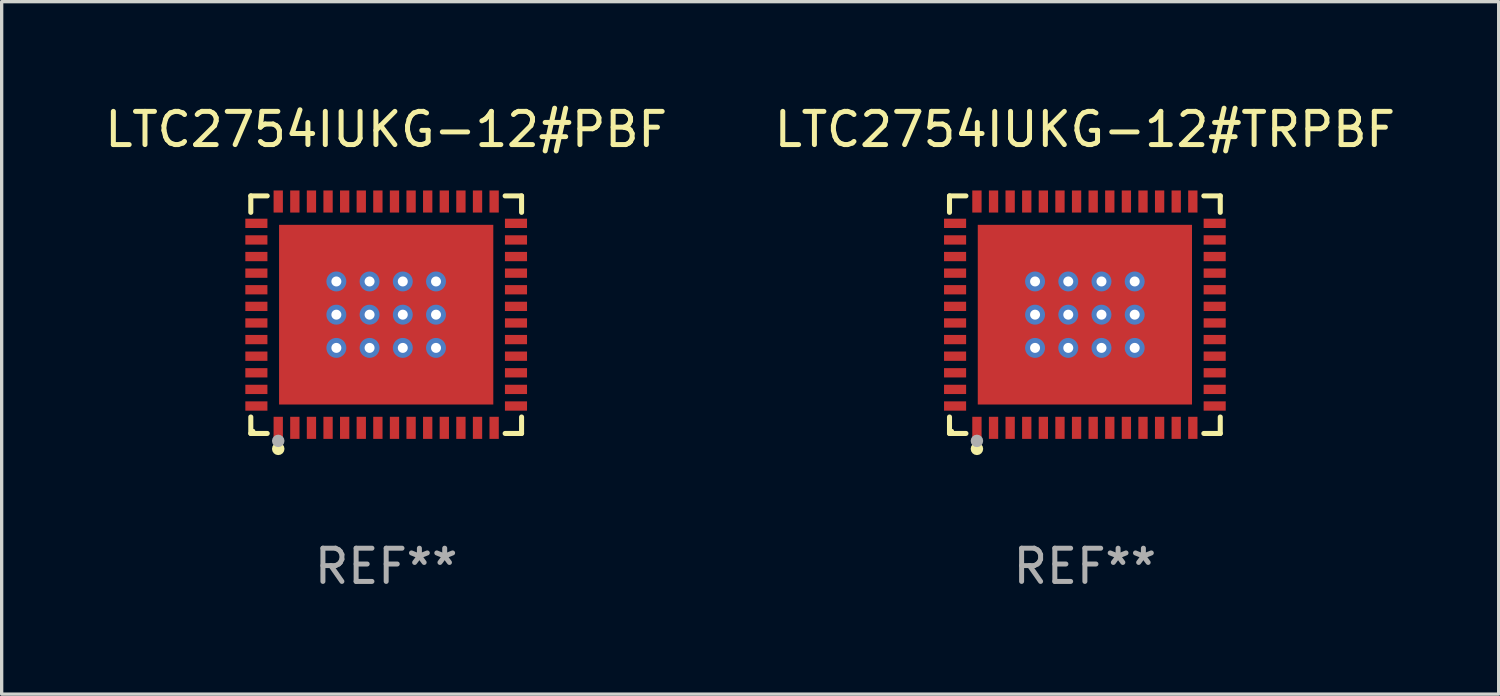
<source format=kicad_pcb>
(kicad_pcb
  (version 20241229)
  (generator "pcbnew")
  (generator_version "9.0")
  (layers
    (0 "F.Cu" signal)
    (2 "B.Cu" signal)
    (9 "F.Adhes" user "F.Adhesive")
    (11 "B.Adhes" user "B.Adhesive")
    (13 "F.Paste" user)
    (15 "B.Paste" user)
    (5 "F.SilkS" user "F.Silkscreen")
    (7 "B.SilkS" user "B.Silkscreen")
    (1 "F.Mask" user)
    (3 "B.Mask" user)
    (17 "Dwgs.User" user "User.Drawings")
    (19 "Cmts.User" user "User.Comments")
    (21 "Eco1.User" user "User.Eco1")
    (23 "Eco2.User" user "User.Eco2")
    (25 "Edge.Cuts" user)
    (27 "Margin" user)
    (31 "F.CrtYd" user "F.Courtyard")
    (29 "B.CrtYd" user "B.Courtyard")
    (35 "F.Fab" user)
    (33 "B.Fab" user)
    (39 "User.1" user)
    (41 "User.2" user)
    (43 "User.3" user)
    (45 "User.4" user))
  (footprint "LTC2754IUKG-12#TRPBF"
    (layer "F.Cu")
    (at 29.613 6.424)
    (property "Reference" "LTC2754IUKG-12#TRPBF" (at 0 -5.576 0) (layer "F.SilkS") (effects (font (size 1 1) (thickness 0.15))))
    (attr through_hole)
    (fp_line (start -4.076 -3.576) (end -3.581 -3.576) (stroke (width 0.152) (type solid)) (layer "F.SilkS"))
    (fp_line (start -4.076 -3.081) (end -4.076 -3.576) (stroke (width 0.152) (type solid)) (layer "F.SilkS"))
    (fp_line (start -4.076 3.081) (end -4.076 3.576) (stroke (width 0.152) (type solid)) (layer "F.SilkS"))
    (fp_line (start -4.076 3.576) (end -3.581 3.576) (stroke (width 0.152) (type solid)) (layer "F.SilkS"))
    (fp_line (start 4.076 -3.576) (end 3.581 -3.576) (stroke (width 0.152) (type solid)) (layer "F.SilkS"))
    (fp_line (start 4.076 -3.081) (end 4.076 -3.576) (stroke (width 0.152) (type solid)) (layer "F.SilkS"))
    (fp_line (start 4.076 3.081) (end 4.076 3.576) (stroke (width 0.152) (type solid)) (layer "F.SilkS"))
    (fp_line (start 4.076 3.576) (end 3.581 3.576) (stroke (width 0.152) (type solid)) (layer "F.SilkS"))
    (fp_circle (center -4 3.5) (end -3.97 3.5) (stroke (width 0.06) (type solid)) (fill no) (layer "F.SilkS"))
    (fp_circle (center -3.25 4.04) (end -3.156 4.04) (stroke (width 0.188) (type solid)) (fill no) (layer "F.SilkS"))
    (fp_circle (center -3.25 3.8) (end -3.156 3.8) (stroke (width 0.188) (type solid)) (fill no) (layer "F.Fab"))
    (fp_text user "REF**" (at 0 7.576 0) (layer "F.Fab") (effects (font (size 1 1) (thickness 0.15))))
    (pad "1" smd rect (at -3.25 3.407) (size 0.28 0.665) (layers "F.Cu" "F.Mask" "F.Paste"))
    (pad "2" smd rect (at -2.75 3.407) (size 0.28 0.665) (layers "F.Cu" "F.Mask" "F.Paste"))
    (pad "3" smd rect (at -2.25 3.407) (size 0.28 0.665) (layers "F.Cu" "F.Mask" "F.Paste"))
    (pad "4" smd rect (at -1.75 3.407) (size 0.28 0.665) (layers "F.Cu" "F.Mask" "F.Paste"))
    (pad "5" smd rect (at -1.25 3.407) (size 0.28 0.665) (layers "F.Cu" "F.Mask" "F.Paste"))
    (pad "6" smd rect (at -0.75 3.407) (size 0.28 0.665) (layers "F.Cu" "F.Mask" "F.Paste"))
    (pad "7" smd rect (at -0.25 3.407) (size 0.28 0.665) (layers "F.Cu" "F.Mask" "F.Paste"))
    (pad "8" smd rect (at 0.25 3.407) (size 0.28 0.665) (layers "F.Cu" "F.Mask" "F.Paste"))
    (pad "9" smd rect (at 0.75 3.407) (size 0.28 0.665) (layers "F.Cu" "F.Mask" "F.Paste"))
    (pad "10" smd rect (at 1.25 3.407) (size 0.28 0.665) (layers "F.Cu" "F.Mask" "F.Paste"))
    (pad "11" smd rect (at 1.75 3.407) (size 0.28 0.665) (layers "F.Cu" "F.Mask" "F.Paste"))
    (pad "12" smd rect (at 2.25 3.407) (size 0.28 0.665) (layers "F.Cu" "F.Mask" "F.Paste"))
    (pad "13" smd rect (at 2.75 3.407) (size 0.28 0.665) (layers "F.Cu" "F.Mask" "F.Paste"))
    (pad "14" smd rect (at 3.25 3.407) (size 0.28 0.665) (layers "F.Cu" "F.Mask" "F.Paste"))
    (pad "15" smd rect (at 3.908 2.75) (size 0.665 0.28) (layers "F.Cu" "F.Mask" "F.Paste"))
    (pad "16" smd rect (at 3.908 2.25) (size 0.665 0.28) (layers "F.Cu" "F.Mask" "F.Paste"))
    (pad "17" smd rect (at 3.908 1.75) (size 0.665 0.28) (layers "F.Cu" "F.Mask" "F.Paste"))
    (pad "18" smd rect (at 3.908 1.25) (size 0.665 0.28) (layers "F.Cu" "F.Mask" "F.Paste"))
    (pad "19" smd rect (at 3.908 0.75) (size 0.665 0.28) (layers "F.Cu" "F.Mask" "F.Paste"))
    (pad "20" smd rect (at 3.908 0.25) (size 0.665 0.28) (layers "F.Cu" "F.Mask" "F.Paste"))
    (pad "21" smd rect (at 3.908 -0.25) (size 0.665 0.28) (layers "F.Cu" "F.Mask" "F.Paste"))
    (pad "22" smd rect (at 3.908 -0.75) (size 0.665 0.28) (layers "F.Cu" "F.Mask" "F.Paste"))
    (pad "23" smd rect (at 3.908 -1.25) (size 0.665 0.28) (layers "F.Cu" "F.Mask" "F.Paste"))
    (pad "24" smd rect (at 3.908 -1.75) (size 0.665 0.28) (layers "F.Cu" "F.Mask" "F.Paste"))
    (pad "25" smd rect (at 3.908 -2.25) (size 0.665 0.28) (layers "F.Cu" "F.Mask" "F.Paste"))
    (pad "26" smd rect (at 3.908 -2.75) (size 0.665 0.28) (layers "F.Cu" "F.Mask" "F.Paste"))
    (pad "27" smd rect (at 3.25 -3.407) (size 0.28 0.665) (layers "F.Cu" "F.Mask" "F.Paste"))
    (pad "28" smd rect (at 2.75 -3.407) (size 0.28 0.665) (layers "F.Cu" "F.Mask" "F.Paste"))
    (pad "29" smd rect (at 2.25 -3.407) (size 0.28 0.665) (layers "F.Cu" "F.Mask" "F.Paste"))
    (pad "30" smd rect (at 1.75 -3.407) (size 0.28 0.665) (layers "F.Cu" "F.Mask" "F.Paste"))
    (pad "31" smd rect (at 1.25 -3.407) (size 0.28 0.665) (layers "F.Cu" "F.Mask" "F.Paste"))
    (pad "32" smd rect (at 0.75 -3.407) (size 0.28 0.665) (layers "F.Cu" "F.Mask" "F.Paste"))
    (pad "33" smd rect (at 0.25 -3.407) (size 0.28 0.665) (layers "F.Cu" "F.Mask" "F.Paste"))
    (pad "34" smd rect (at -0.25 -3.407) (size 0.28 0.665) (layers "F.Cu" "F.Mask" "F.Paste"))
    (pad "35" smd rect (at -0.75 -3.407) (size 0.28 0.665) (layers "F.Cu" "F.Mask" "F.Paste"))
    (pad "36" smd rect (at -1.25 -3.407) (size 0.28 0.665) (layers "F.Cu" "F.Mask" "F.Paste"))
    (pad "37" smd rect (at -1.75 -3.407) (size 0.28 0.665) (layers "F.Cu" "F.Mask" "F.Paste"))
    (pad "38" smd rect (at -2.25 -3.407) (size 0.28 0.665) (layers "F.Cu" "F.Mask" "F.Paste"))
    (pad "39" smd rect (at -2.75 -3.407) (size 0.28 0.665) (layers "F.Cu" "F.Mask" "F.Paste"))
    (pad "40" smd rect (at -3.25 -3.407) (size 0.28 0.665) (layers "F.Cu" "F.Mask" "F.Paste"))
    (pad "41" smd rect (at -3.908 -2.75) (size 0.665 0.28) (layers "F.Cu" "F.Mask" "F.Paste"))
    (pad "42" smd rect (at -3.908 -2.25) (size 0.665 0.28) (layers "F.Cu" "F.Mask" "F.Paste"))
    (pad "43" smd rect (at -3.908 -1.75) (size 0.665 0.28) (layers "F.Cu" "F.Mask" "F.Paste"))
    (pad "44" smd rect (at -3.908 -1.25) (size 0.665 0.28) (layers "F.Cu" "F.Mask" "F.Paste"))
    (pad "45" smd rect (at -3.908 -0.75) (size 0.665 0.28) (layers "F.Cu" "F.Mask" "F.Paste"))
    (pad "46" smd rect (at -3.908 -0.25) (size 0.665 0.28) (layers "F.Cu" "F.Mask" "F.Paste"))
    (pad "47" smd rect (at -3.908 0.25) (size 0.665 0.28) (layers "F.Cu" "F.Mask" "F.Paste"))
    (pad "48" smd rect (at -3.908 0.75) (size 0.665 0.28) (layers "F.Cu" "F.Mask" "F.Paste"))
    (pad "49" smd rect (at -3.908 1.25) (size 0.665 0.28) (layers "F.Cu" "F.Mask" "F.Paste"))
    (pad "50" smd rect (at -3.908 1.75) (size 0.665 0.28) (layers "F.Cu" "F.Mask" "F.Paste"))
    (pad "51" smd rect (at -3.908 2.25) (size 0.665 0.28) (layers "F.Cu" "F.Mask" "F.Paste"))
    (pad "52" smd rect (at -3.908 2.75) (size 0.665 0.28) (layers "F.Cu" "F.Mask" "F.Paste"))
    (pad "53" thru_hole circle (at -1.5 -1) (size 0.6 0.6) (drill 0.3) (layers "*.Cu" "*.Mask"))
    (pad "53" thru_hole circle (at -1.5 0) (size 0.6 0.6) (drill 0.3) (layers "*.Cu" "*.Mask"))
    (pad "53" thru_hole circle (at -1.5 1) (size 0.6 0.6) (drill 0.3) (layers "*.Cu" "*.Mask"))
    (pad "53" thru_hole circle (at -0.5 -1) (size 0.6 0.6) (drill 0.3) (layers "*.Cu" "*.Mask"))
    (pad "53" thru_hole circle (at -0.5 0) (size 0.6 0.6) (drill 0.3) (layers "*.Cu" "*.Mask"))
    (pad "53" thru_hole circle (at -0.5 1) (size 0.6 0.6) (drill 0.3) (layers "*.Cu" "*.Mask"))
    (pad "53" smd rect (at 0 0) (size 6.45 5.41) (layers "F.Cu" "F.Mask" "F.Paste"))
    (pad "53" thru_hole circle (at 0.5 -1) (size 0.6 0.6) (drill 0.3) (layers "*.Cu" "*.Mask"))
    (pad "53" thru_hole circle (at 0.5 0) (size 0.6 0.6) (drill 0.3) (layers "*.Cu" "*.Mask"))
    (pad "53" thru_hole circle (at 0.5 1) (size 0.6 0.6) (drill 0.3) (layers "*.Cu" "*.Mask"))
    (pad "53" thru_hole circle (at 1.5 -1) (size 0.6 0.6) (drill 0.3) (layers "*.Cu" "*.Mask"))
    (pad "53" thru_hole circle (at 1.5 0) (size 0.6 0.6) (drill 0.3) (layers "*.Cu" "*.Mask"))
    (pad "53" thru_hole circle (at 1.5 1) (size 0.6 0.6) (drill 0.3) (layers "*.Cu" "*.Mask")))
  (footprint "LTC2754IUKG-12#PBF"
    (layer "F.Cu")
    (at 8.577 6.424)
    (property "Reference" "LTC2754IUKG-12#PBF" (at 0 -5.576 0) (layer "F.SilkS") (effects (font (size 1 1) (thickness 0.15))))
    (attr through_hole)
    (fp_line (start -4.076 -3.576) (end -3.581 -3.576) (stroke (width 0.152) (type solid)) (layer "F.SilkS"))
    (fp_line (start -4.076 -3.081) (end -4.076 -3.576) (stroke (width 0.152) (type solid)) (layer "F.SilkS"))
    (fp_line (start -4.076 3.081) (end -4.076 3.576) (stroke (width 0.152) (type solid)) (layer "F.SilkS"))
    (fp_line (start -4.076 3.576) (end -3.581 3.576) (stroke (width 0.152) (type solid)) (layer "F.SilkS"))
    (fp_line (start 4.076 -3.576) (end 3.581 -3.576) (stroke (width 0.152) (type solid)) (layer "F.SilkS"))
    (fp_line (start 4.076 -3.081) (end 4.076 -3.576) (stroke (width 0.152) (type solid)) (layer "F.SilkS"))
    (fp_line (start 4.076 3.081) (end 4.076 3.576) (stroke (width 0.152) (type solid)) (layer "F.SilkS"))
    (fp_line (start 4.076 3.576) (end 3.581 3.576) (stroke (width 0.152) (type solid)) (layer "F.SilkS"))
    (fp_circle (center -4 3.5) (end -3.97 3.5) (stroke (width 0.06) (type solid)) (fill no) (layer "F.SilkS"))
    (fp_circle (center -3.25 4.04) (end -3.156 4.04) (stroke (width 0.188) (type solid)) (fill no) (layer "F.SilkS"))
    (fp_circle (center -3.25 3.8) (end -3.156 3.8) (stroke (width 0.188) (type solid)) (fill no) (layer "F.Fab"))
    (fp_text user "REF**" (at 0 7.576 0) (layer "F.Fab") (effects (font (size 1 1) (thickness 0.15))))
    (pad "1" smd rect (at -3.25 3.407) (size 0.28 0.665) (layers "F.Cu" "F.Mask" "F.Paste"))
    (pad "2" smd rect (at -2.75 3.407) (size 0.28 0.665) (layers "F.Cu" "F.Mask" "F.Paste"))
    (pad "3" smd rect (at -2.25 3.407) (size 0.28 0.665) (layers "F.Cu" "F.Mask" "F.Paste"))
    (pad "4" smd rect (at -1.75 3.407) (size 0.28 0.665) (layers "F.Cu" "F.Mask" "F.Paste"))
    (pad "5" smd rect (at -1.25 3.407) (size 0.28 0.665) (layers "F.Cu" "F.Mask" "F.Paste"))
    (pad "6" smd rect (at -0.75 3.407) (size 0.28 0.665) (layers "F.Cu" "F.Mask" "F.Paste"))
    (pad "7" smd rect (at -0.25 3.407) (size 0.28 0.665) (layers "F.Cu" "F.Mask" "F.Paste"))
    (pad "8" smd rect (at 0.25 3.407) (size 0.28 0.665) (layers "F.Cu" "F.Mask" "F.Paste"))
    (pad "9" smd rect (at 0.75 3.407) (size 0.28 0.665) (layers "F.Cu" "F.Mask" "F.Paste"))
    (pad "10" smd rect (at 1.25 3.407) (size 0.28 0.665) (layers "F.Cu" "F.Mask" "F.Paste"))
    (pad "11" smd rect (at 1.75 3.407) (size 0.28 0.665) (layers "F.Cu" "F.Mask" "F.Paste"))
    (pad "12" smd rect (at 2.25 3.407) (size 0.28 0.665) (layers "F.Cu" "F.Mask" "F.Paste"))
    (pad "13" smd rect (at 2.75 3.407) (size 0.28 0.665) (layers "F.Cu" "F.Mask" "F.Paste"))
    (pad "14" smd rect (at 3.25 3.407) (size 0.28 0.665) (layers "F.Cu" "F.Mask" "F.Paste"))
    (pad "15" smd rect (at 3.908 2.75) (size 0.665 0.28) (layers "F.Cu" "F.Mask" "F.Paste"))
    (pad "16" smd rect (at 3.908 2.25) (size 0.665 0.28) (layers "F.Cu" "F.Mask" "F.Paste"))
    (pad "17" smd rect (at 3.908 1.75) (size 0.665 0.28) (layers "F.Cu" "F.Mask" "F.Paste"))
    (pad "18" smd rect (at 3.908 1.25) (size 0.665 0.28) (layers "F.Cu" "F.Mask" "F.Paste"))
    (pad "19" smd rect (at 3.908 0.75) (size 0.665 0.28) (layers "F.Cu" "F.Mask" "F.Paste"))
    (pad "20" smd rect (at 3.908 0.25) (size 0.665 0.28) (layers "F.Cu" "F.Mask" "F.Paste"))
    (pad "21" smd rect (at 3.908 -0.25) (size 0.665 0.28) (layers "F.Cu" "F.Mask" "F.Paste"))
    (pad "22" smd rect (at 3.908 -0.75) (size 0.665 0.28) (layers "F.Cu" "F.Mask" "F.Paste"))
    (pad "23" smd rect (at 3.908 -1.25) (size 0.665 0.28) (layers "F.Cu" "F.Mask" "F.Paste"))
    (pad "24" smd rect (at 3.908 -1.75) (size 0.665 0.28) (layers "F.Cu" "F.Mask" "F.Paste"))
    (pad "25" smd rect (at 3.908 -2.25) (size 0.665 0.28) (layers "F.Cu" "F.Mask" "F.Paste"))
    (pad "26" smd rect (at 3.908 -2.75) (size 0.665 0.28) (layers "F.Cu" "F.Mask" "F.Paste"))
    (pad "27" smd rect (at 3.25 -3.407) (size 0.28 0.665) (layers "F.Cu" "F.Mask" "F.Paste"))
    (pad "28" smd rect (at 2.75 -3.407) (size 0.28 0.665) (layers "F.Cu" "F.Mask" "F.Paste"))
    (pad "29" smd rect (at 2.25 -3.407) (size 0.28 0.665) (layers "F.Cu" "F.Mask" "F.Paste"))
    (pad "30" smd rect (at 1.75 -3.407) (size 0.28 0.665) (layers "F.Cu" "F.Mask" "F.Paste"))
    (pad "31" smd rect (at 1.25 -3.407) (size 0.28 0.665) (layers "F.Cu" "F.Mask" "F.Paste"))
    (pad "32" smd rect (at 0.75 -3.407) (size 0.28 0.665) (layers "F.Cu" "F.Mask" "F.Paste"))
    (pad "33" smd rect (at 0.25 -3.407) (size 0.28 0.665) (layers "F.Cu" "F.Mask" "F.Paste"))
    (pad "34" smd rect (at -0.25 -3.407) (size 0.28 0.665) (layers "F.Cu" "F.Mask" "F.Paste"))
    (pad "35" smd rect (at -0.75 -3.407) (size 0.28 0.665) (layers "F.Cu" "F.Mask" "F.Paste"))
    (pad "36" smd rect (at -1.25 -3.407) (size 0.28 0.665) (layers "F.Cu" "F.Mask" "F.Paste"))
    (pad "37" smd rect (at -1.75 -3.407) (size 0.28 0.665) (layers "F.Cu" "F.Mask" "F.Paste"))
    (pad "38" smd rect (at -2.25 -3.407) (size 0.28 0.665) (layers "F.Cu" "F.Mask" "F.Paste"))
    (pad "39" smd rect (at -2.75 -3.407) (size 0.28 0.665) (layers "F.Cu" "F.Mask" "F.Paste"))
    (pad "40" smd rect (at -3.25 -3.407) (size 0.28 0.665) (layers "F.Cu" "F.Mask" "F.Paste"))
    (pad "41" smd rect (at -3.908 -2.75) (size 0.665 0.28) (layers "F.Cu" "F.Mask" "F.Paste"))
    (pad "42" smd rect (at -3.908 -2.25) (size 0.665 0.28) (layers "F.Cu" "F.Mask" "F.Paste"))
    (pad "43" smd rect (at -3.908 -1.75) (size 0.665 0.28) (layers "F.Cu" "F.Mask" "F.Paste"))
    (pad "44" smd rect (at -3.908 -1.25) (size 0.665 0.28) (layers "F.Cu" "F.Mask" "F.Paste"))
    (pad "45" smd rect (at -3.908 -0.75) (size 0.665 0.28) (layers "F.Cu" "F.Mask" "F.Paste"))
    (pad "46" smd rect (at -3.908 -0.25) (size 0.665 0.28) (layers "F.Cu" "F.Mask" "F.Paste"))
    (pad "47" smd rect (at -3.908 0.25) (size 0.665 0.28) (layers "F.Cu" "F.Mask" "F.Paste"))
    (pad "48" smd rect (at -3.908 0.75) (size 0.665 0.28) (layers "F.Cu" "F.Mask" "F.Paste"))
    (pad "49" smd rect (at -3.908 1.25) (size 0.665 0.28) (layers "F.Cu" "F.Mask" "F.Paste"))
    (pad "50" smd rect (at -3.908 1.75) (size 0.665 0.28) (layers "F.Cu" "F.Mask" "F.Paste"))
    (pad "51" smd rect (at -3.908 2.25) (size 0.665 0.28) (layers "F.Cu" "F.Mask" "F.Paste"))
    (pad "52" smd rect (at -3.908 2.75) (size 0.665 0.28) (layers "F.Cu" "F.Mask" "F.Paste"))
    (pad "53" thru_hole circle (at -1.5 -1) (size 0.6 0.6) (drill 0.3) (layers "*.Cu" "*.Mask"))
    (pad "53" thru_hole circle (at -1.5 0) (size 0.6 0.6) (drill 0.3) (layers "*.Cu" "*.Mask"))
    (pad "53" thru_hole circle (at -1.5 1) (size 0.6 0.6) (drill 0.3) (layers "*.Cu" "*.Mask"))
    (pad "53" thru_hole circle (at -0.5 -1) (size 0.6 0.6) (drill 0.3) (layers "*.Cu" "*.Mask"))
    (pad "53" thru_hole circle (at -0.5 0) (size 0.6 0.6) (drill 0.3) (layers "*.Cu" "*.Mask"))
    (pad "53" thru_hole circle (at -0.5 1) (size 0.6 0.6) (drill 0.3) (layers "*.Cu" "*.Mask"))
    (pad "53" smd rect (at 0 0) (size 6.45 5.41) (layers "F.Cu" "F.Mask" "F.Paste"))
    (pad "53" thru_hole circle (at 0.5 -1) (size 0.6 0.6) (drill 0.3) (layers "*.Cu" "*.Mask"))
    (pad "53" thru_hole circle (at 0.5 0) (size 0.6 0.6) (drill 0.3) (layers "*.Cu" "*.Mask"))
    (pad "53" thru_hole circle (at 0.5 1) (size 0.6 0.6) (drill 0.3) (layers "*.Cu" "*.Mask"))
    (pad "53" thru_hole circle (at 1.5 -1) (size 0.6 0.6) (drill 0.3) (layers "*.Cu" "*.Mask"))
    (pad "53" thru_hole circle (at 1.5 0) (size 0.6 0.6) (drill 0.3) (layers "*.Cu" "*.Mask"))
    (pad "53" thru_hole circle (at 1.5 1) (size 0.6 0.6) (drill 0.3) (layers "*.Cu" "*.Mask")))
  (gr_rect
    (start -3 -3)
    (end 42.071 17.849)
    (stroke (width 0.1) (type default))
    (fill no)
    (layer "Edge.Cuts")))
</source>
